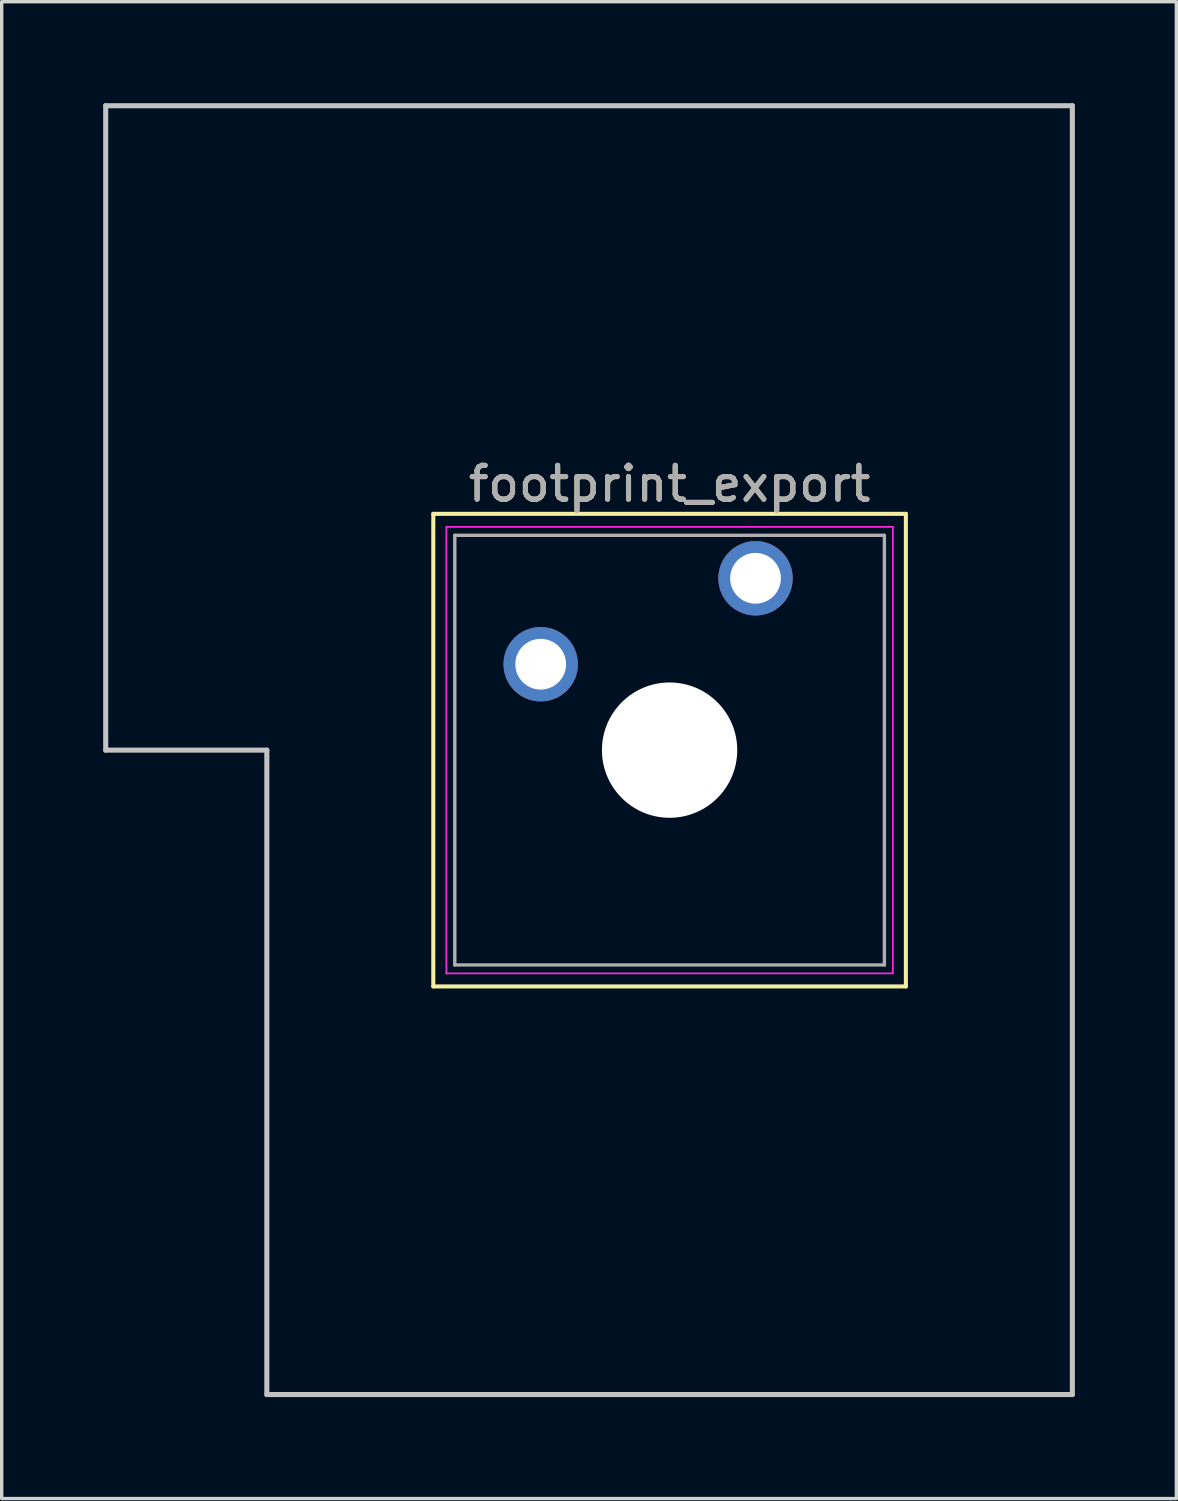
<source format=kicad_pcb>
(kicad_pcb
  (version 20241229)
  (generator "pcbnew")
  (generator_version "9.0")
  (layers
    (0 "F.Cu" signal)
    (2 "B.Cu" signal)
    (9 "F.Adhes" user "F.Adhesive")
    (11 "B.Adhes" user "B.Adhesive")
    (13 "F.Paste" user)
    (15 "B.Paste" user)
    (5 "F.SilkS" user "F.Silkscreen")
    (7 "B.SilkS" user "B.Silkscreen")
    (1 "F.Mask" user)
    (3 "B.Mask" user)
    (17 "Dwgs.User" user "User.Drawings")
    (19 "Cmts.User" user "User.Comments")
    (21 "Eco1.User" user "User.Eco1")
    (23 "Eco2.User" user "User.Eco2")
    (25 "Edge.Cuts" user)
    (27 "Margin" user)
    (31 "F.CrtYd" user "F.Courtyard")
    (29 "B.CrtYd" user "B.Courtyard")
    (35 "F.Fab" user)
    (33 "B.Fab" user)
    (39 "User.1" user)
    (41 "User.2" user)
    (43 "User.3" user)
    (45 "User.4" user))
  (footprint "footprint_export"
    (layer "F.Cu")
    (at 19.284 14.045)
    (property "Reference" "footprint_export" (at -2.54 -2.794 0) (layer "F.SilkS") (effects (font (size 1 1) (thickness 0.15))))
    (attr through_hole)
    (fp_line (start -9.525 -1.905) (end 4.445 -1.905) (stroke (width 0.12) (type solid)) (layer "F.SilkS"))
    (fp_line (start -9.525 12.065) (end -9.525 -1.905) (stroke (width 0.12) (type solid)) (layer "F.SilkS"))
    (fp_line (start 4.445 -1.905) (end 4.445 12.065) (stroke (width 0.12) (type solid)) (layer "F.SilkS"))
    (fp_line (start 4.445 12.065) (end -9.525 12.065) (stroke (width 0.12) (type solid)) (layer "F.SilkS"))
    (fp_line (start -19.209 -13.97) (end 9.366 -13.97) (stroke (width 0.15) (type solid)) (layer "Dwgs.User"))
    (fp_line (start -19.209 5.08) (end -19.209 -13.97) (stroke (width 0.15) (type solid)) (layer "Dwgs.User"))
    (fp_line (start -14.446 5.08) (end -19.209 5.08) (stroke (width 0.15) (type solid)) (layer "Dwgs.User"))
    (fp_line (start -14.446 24.13) (end -14.446 5.08) (stroke (width 0.15) (type solid)) (layer "Dwgs.User"))
    (fp_line (start 9.366 -13.97) (end 9.366 24.13) (stroke (width 0.15) (type solid)) (layer "Dwgs.User"))
    (fp_line (start 9.366 24.13) (end -14.446 24.13) (stroke (width 0.15) (type solid)) (layer "Dwgs.User"))
    (fp_line (start -9.14 -1.52) (end 4.06 -1.52) (stroke (width 0.05) (type solid)) (layer "F.CrtYd"))
    (fp_line (start -9.14 11.68) (end -9.14 -1.52) (stroke (width 0.05) (type solid)) (layer "F.CrtYd"))
    (fp_line (start 4.06 -1.52) (end 4.06 11.68) (stroke (width 0.05) (type solid)) (layer "F.CrtYd"))
    (fp_line (start 4.06 11.68) (end -9.14 11.68) (stroke (width 0.05) (type solid)) (layer "F.CrtYd"))
    (fp_line (start -8.89 -1.27) (end 3.81 -1.27) (stroke (width 0.1) (type solid)) (layer "F.Fab"))
    (fp_line (start -8.89 11.43) (end -8.89 -1.27) (stroke (width 0.1) (type solid)) (layer "F.Fab"))
    (fp_line (start 3.81 -1.27) (end 3.81 11.43) (stroke (width 0.1) (type solid)) (layer "F.Fab"))
    (fp_line (start 3.81 11.43) (end -8.89 11.43) (stroke (width 0.1) (type solid)) (layer "F.Fab"))
    (fp_text user "${REFERENCE}" (at -2.54 -2.794 0) (layer "F.Fab") (effects (font (size 1 1) (thickness 0.15))))
    (pad "" np_thru_hole circle (at -2.54 5.08) (size 4 4) (drill 4) (layers "*.Cu" "*.Mask"))
    (pad "1" thru_hole circle (at 0 0) (size 2.2 2.2) (drill 1.5) (layers "*.Cu" "*.Mask"))
    (pad "2" thru_hole circle (at -6.35 2.54) (size 2.2 2.2) (drill 1.5) (layers "*.Cu" "*.Mask")))
  (gr_rect
    (start -3 -3)
    (end 31.725 41.25)
    (stroke (width 0.1) (type default))
    (fill no)
    (layer "Edge.Cuts")))
</source>
